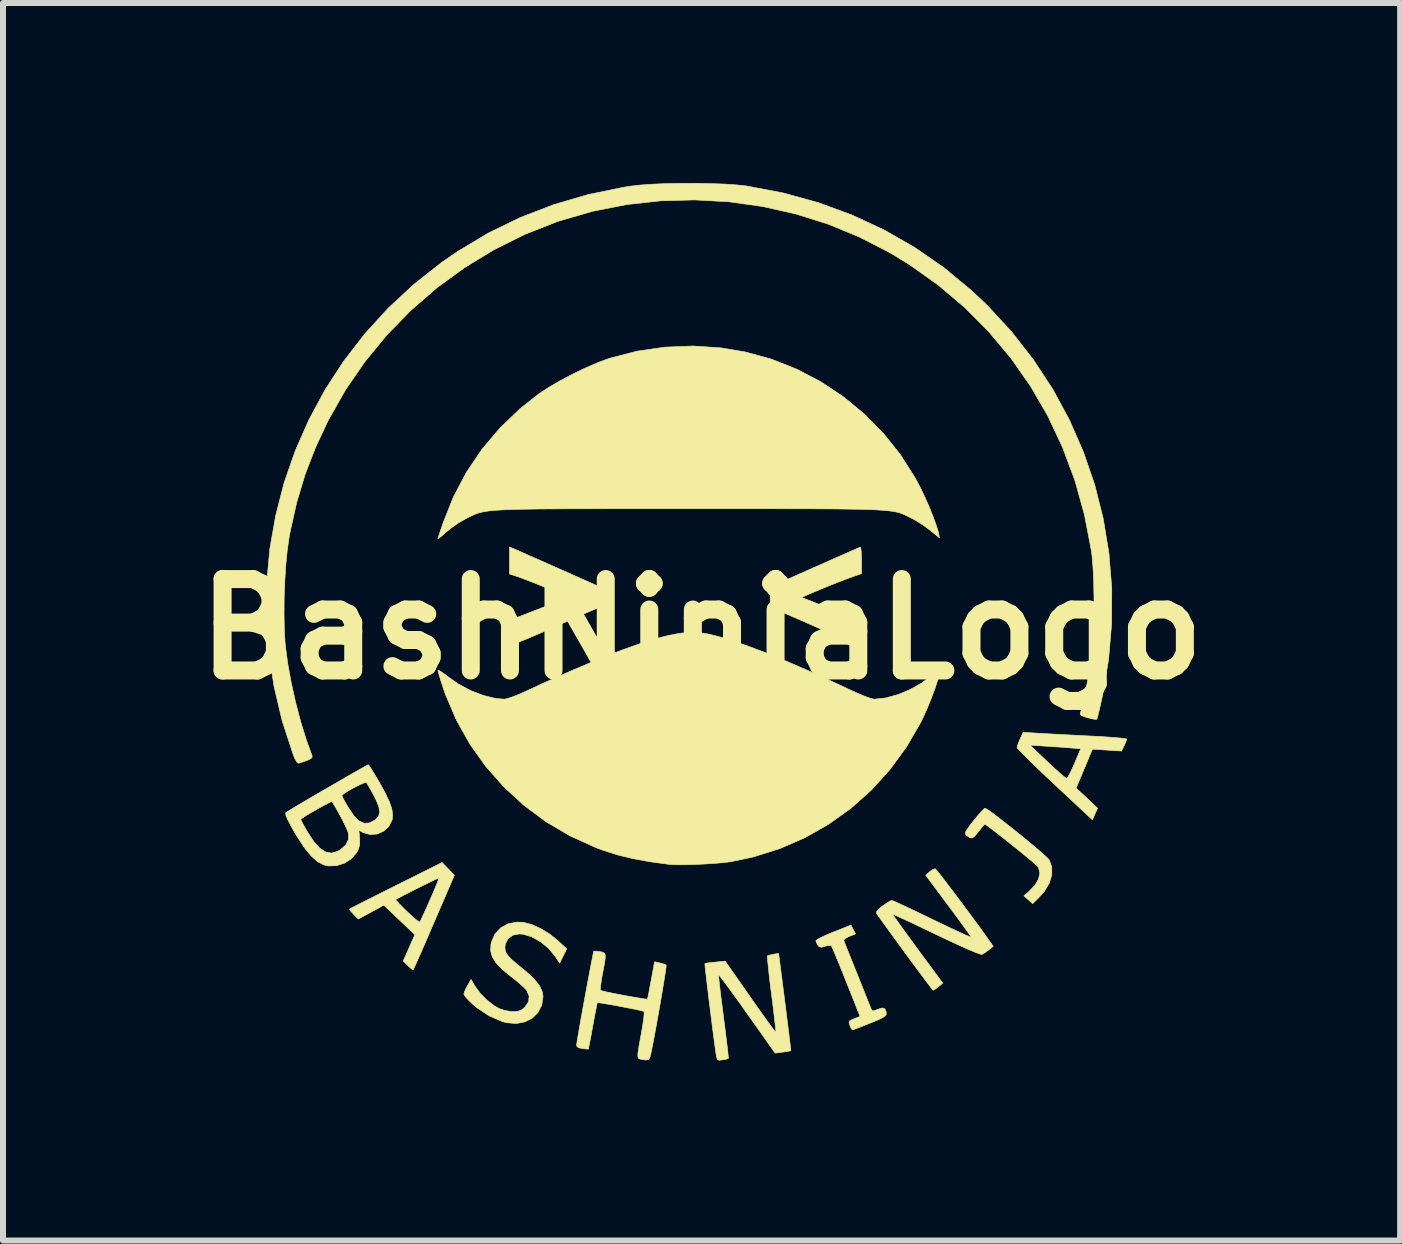
<source format=kicad_pcb>
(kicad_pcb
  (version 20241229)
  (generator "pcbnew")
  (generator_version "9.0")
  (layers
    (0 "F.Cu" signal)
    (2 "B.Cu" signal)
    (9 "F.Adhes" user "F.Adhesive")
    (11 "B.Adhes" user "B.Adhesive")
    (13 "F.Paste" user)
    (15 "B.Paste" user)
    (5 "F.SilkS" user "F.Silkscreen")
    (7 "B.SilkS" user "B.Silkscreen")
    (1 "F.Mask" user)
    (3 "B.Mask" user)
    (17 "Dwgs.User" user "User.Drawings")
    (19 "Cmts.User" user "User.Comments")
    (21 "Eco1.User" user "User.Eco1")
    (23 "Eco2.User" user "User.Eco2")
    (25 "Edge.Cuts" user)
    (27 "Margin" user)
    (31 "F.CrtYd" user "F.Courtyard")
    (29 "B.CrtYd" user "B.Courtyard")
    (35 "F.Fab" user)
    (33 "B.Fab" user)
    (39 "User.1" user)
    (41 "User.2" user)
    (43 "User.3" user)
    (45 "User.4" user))
  (footprint "BashNinjaLogo"
    (layer "F.Cu")
    (at 8.643 7.436)
    (property "Reference" "BashNinjaLogo" (at 0 0 180) (layer "F.SilkS") (effects (font (size 1.524 1.524) (thickness 0.3))))
    (attr through_hole)
    (fp_poly (pts (xy -3.118 -1.334) (xy -3.073 -1.315) (xy -2.99 -1.278) (xy -2.873 -1.226) (xy -2.73 -1.163) (xy -2.569 -1.092) (xy -2.395 -1.014) (xy -2.375 -1.006) (xy -1.714 -0.712) (xy -1.707 -0.538) (xy -1.7 -0.363) (xy -1.783 -0.33) (xy -1.832 -0.309) (xy -1.918 -0.272) (xy -2.034 -0.222) (xy -2.17 -0.161) (xy -2.319 -0.095) (xy -2.349 -0.082) (xy -2.553 0.008) (xy -2.739 0.088) (xy -2.901 0.157) (xy -3.035 0.213) (xy -3.136 0.253) (xy -3.199 0.275) (xy -3.216 0.279) (xy -3.222 0.26) (xy -3.216 0.239) (xy -3.208 0.194) (xy -3.202 0.116) (xy -3.2 0.025) (xy -3.2 -0.148) (xy -3.08 -0.193) (xy -3.013 -0.218) (xy -2.911 -0.258) (xy -2.786 -0.307) (xy -2.649 -0.36) (xy -2.593 -0.382) (xy -2.226 -0.527) (xy -2.306 -0.569) (xy -2.364 -0.596) (xy -2.458 -0.636) (xy -2.576 -0.684) (xy -2.706 -0.737) (xy -2.838 -0.789) (xy -2.958 -0.835) (xy -3.055 -0.871) (xy -3.105 -0.888) (xy -3.2 -0.918) (xy -3.2 -1.369) (xy -3.118 -1.334)) (stroke (width 0.01) (type solid)) (fill yes) (layer "F.SilkS"))
    (fp_poly (pts (xy 2.655 -1.348) (xy 2.662 -1.288) (xy 2.666 -1.2) (xy 2.667 -1.151) (xy 2.667 -0.926) (xy 2.534 -0.879) (xy 2.421 -0.838) (xy 2.28 -0.784) (xy 2.127 -0.723) (xy 1.979 -0.663) (xy 1.852 -0.609) (xy 1.793 -0.584) (xy 1.667 -0.527) (xy 1.894 -0.439) (xy 2.019 -0.391) (xy 2.168 -0.334) (xy 2.318 -0.276) (xy 2.394 -0.247) (xy 2.667 -0.143) (xy 2.667 0.068) (xy 2.666 0.164) (xy 2.664 0.237) (xy 2.662 0.275) (xy 2.661 0.278) (xy 2.636 0.269) (xy 2.576 0.247) (xy 2.502 0.218) (xy 2.434 0.19) (xy 2.329 0.146) (xy 2.195 0.089) (xy 2.043 0.022) (xy 1.879 -0.049) (xy 1.803 -0.083) (xy 1.646 -0.152) (xy 1.501 -0.215) (xy 1.376 -0.269) (xy 1.279 -0.31) (xy 1.217 -0.335) (xy 1.2 -0.341) (xy 1.17 -0.356) (xy 1.152 -0.383) (xy 1.145 -0.435) (xy 1.143 -0.525) (xy 1.143 -0.531) (xy 1.143 -0.702) (xy 1.883 -1.031) (xy 2.065 -1.111) (xy 2.231 -1.185) (xy 2.378 -1.249) (xy 2.497 -1.302) (xy 2.586 -1.341) (xy 2.636 -1.363) (xy 2.645 -1.367) (xy 2.655 -1.348)) (stroke (width 0.01) (type solid)) (fill yes) (layer "F.SilkS"))
    (fp_poly (pts (xy 5.608 1.735) (xy 5.706 1.741) (xy 5.843 1.748) (xy 6.01 1.757) (xy 6.193 1.767) (xy 6.383 1.777) (xy 6.471 1.781) (xy 6.641 1.79) (xy 6.794 1.8) (xy 6.921 1.81) (xy 7.017 1.819) (xy 7.074 1.827) (xy 7.087 1.832) (xy 7.077 1.866) (xy 7.052 1.926) (xy 7.044 1.942) (xy 7.001 2.032) (xy 6.515 2.001) (xy 6.244 2.65) (xy 6.423 2.817) (xy 6.601 2.985) (xy 6.558 3.081) (xy 6.515 3.178) (xy 5.886 2.591) (xy 5.737 2.451) (xy 5.601 2.321) (xy 5.482 2.206) (xy 5.384 2.109) (xy 5.311 2.035) (xy 5.268 1.988) (xy 5.258 1.973) (xy 5.268 1.934) (xy 5.474 1.934) (xy 5.766 2.211) (xy 5.867 2.305) (xy 5.957 2.386) (xy 6.027 2.447) (xy 6.073 2.482) (xy 6.084 2.488) (xy 6.105 2.467) (xy 6.138 2.408) (xy 6.181 2.321) (xy 6.215 2.242) (xy 6.32 1.994) (xy 6.113 1.977) (xy 5.979 1.967) (xy 5.827 1.957) (xy 5.69 1.948) (xy 5.69 1.948) (xy 5.474 1.934) (xy 5.268 1.934) (xy 5.269 1.934) (xy 5.294 1.867) (xy 5.31 1.831) (xy 5.36 1.72) (xy 5.608 1.735)) (stroke (width 0.01) (type solid)) (fill yes) (layer "F.SilkS"))
    (fp_poly (pts (xy 4.755 3) (xy 4.818 3.043) (xy 4.906 3.109) (xy 5.014 3.192) (xy 5.135 3.287) (xy 5.262 3.388) (xy 5.388 3.491) (xy 5.509 3.591) (xy 5.616 3.681) (xy 5.704 3.758) (xy 5.766 3.815) (xy 5.795 3.847) (xy 5.838 3.965) (xy 5.838 4.097) (xy 5.795 4.236) (xy 5.713 4.373) (xy 5.63 4.466) (xy 5.519 4.576) (xy 5.445 4.51) (xy 5.372 4.445) (xy 5.455 4.375) (xy 5.555 4.272) (xy 5.617 4.166) (xy 5.639 4.065) (xy 5.616 3.976) (xy 5.602 3.955) (xy 5.574 3.927) (xy 5.515 3.876) (xy 5.431 3.806) (xy 5.329 3.723) (xy 5.217 3.632) (xy 5.102 3.54) (xy 4.991 3.452) (xy 4.89 3.373) (xy 4.807 3.31) (xy 4.749 3.267) (xy 4.724 3.251) (xy 4.723 3.251) (xy 4.702 3.27) (xy 4.66 3.318) (xy 4.613 3.378) (xy 4.555 3.449) (xy 4.513 3.481) (xy 4.473 3.478) (xy 4.424 3.443) (xy 4.415 3.436) (xy 4.398 3.416) (xy 4.397 3.391) (xy 4.416 3.353) (xy 4.458 3.293) (xy 4.528 3.202) (xy 4.536 3.192) (xy 4.606 3.106) (xy 4.667 3.037) (xy 4.709 2.995) (xy 4.725 2.985) (xy 4.755 3)) (stroke (width 0.01) (type solid)) (fill yes) (layer "F.SilkS"))
    (fp_poly (pts (xy -4.222 3.996) (xy -4.12 4.102) (xy -4.457 4.884) (xy -4.537 5.07) (xy -4.611 5.241) (xy -4.677 5.392) (xy -4.732 5.516) (xy -4.773 5.608) (xy -4.798 5.663) (xy -4.805 5.677) (xy -4.828 5.668) (xy -4.872 5.631) (xy -4.894 5.61) (xy -4.972 5.532) (xy -4.875 5.312) (xy -4.778 5.093) (xy -5.037 4.847) (xy -5.296 4.601) (xy -5.508 4.717) (xy -5.721 4.832) (xy -5.799 4.754) (xy -5.844 4.704) (xy -5.866 4.671) (xy -5.866 4.665) (xy -5.841 4.651) (xy -5.777 4.618) (xy -5.677 4.567) (xy -5.562 4.509) (xy -5.1 4.509) (xy -5.085 4.527) (xy -5.042 4.574) (xy -4.976 4.641) (xy -4.909 4.707) (xy -4.828 4.783) (xy -4.76 4.842) (xy -4.713 4.876) (xy -4.696 4.882) (xy -4.68 4.854) (xy -4.649 4.787) (xy -4.605 4.691) (xy -4.553 4.574) (xy -4.525 4.51) (xy -4.471 4.387) (xy -4.427 4.282) (xy -4.395 4.202) (xy -4.379 4.156) (xy -4.378 4.148) (xy -4.401 4.157) (xy -4.46 4.184) (xy -4.545 4.226) (xy -4.648 4.276) (xy -4.758 4.331) (xy -4.867 4.386) (xy -4.965 4.436) (xy -5.042 4.477) (xy -5.091 4.503) (xy -5.1 4.509) (xy -5.562 4.509) (xy -5.548 4.502) (xy -5.395 4.425) (xy -5.224 4.339) (xy -5.09 4.272) (xy -4.325 3.89) (xy -4.222 3.996)) (stroke (width 0.01) (type solid)) (fill yes) (layer "F.SilkS"))
    (fp_poly (pts (xy 2.567 5.08) (xy 2.463 5.121) (xy 2.403 5.152) (xy 2.372 5.181) (xy 2.371 5.191) (xy 2.383 5.222) (xy 2.411 5.293) (xy 2.453 5.397) (xy 2.505 5.526) (xy 2.564 5.674) (xy 2.591 5.74) (xy 2.653 5.896) (xy 2.71 6.038) (xy 2.758 6.159) (xy 2.795 6.252) (xy 2.818 6.308) (xy 2.822 6.319) (xy 2.839 6.354) (xy 2.863 6.363) (xy 2.911 6.348) (xy 2.938 6.337) (xy 3.012 6.314) (xy 3.055 6.326) (xy 3.076 6.375) (xy 3.079 6.397) (xy 3.078 6.424) (xy 3.061 6.448) (xy 3.022 6.474) (xy 2.952 6.508) (xy 2.844 6.553) (xy 2.808 6.568) (xy 2.698 6.612) (xy 2.606 6.648) (xy 2.542 6.672) (xy 2.515 6.68) (xy 2.497 6.659) (xy 2.473 6.608) (xy 2.473 6.607) (xy 2.458 6.559) (xy 2.469 6.53) (xy 2.514 6.506) (xy 2.544 6.494) (xy 2.642 6.455) (xy 2.594 6.333) (xy 2.477 6.04) (xy 2.379 5.794) (xy 2.299 5.596) (xy 2.237 5.446) (xy 2.194 5.343) (xy 2.168 5.287) (xy 2.162 5.277) (xy 2.128 5.271) (xy 2.068 5.283) (xy 2.058 5.287) (xy 1.998 5.303) (xy 1.962 5.295) (xy 1.939 5.269) (xy 1.912 5.22) (xy 1.905 5.194) (xy 1.927 5.174) (xy 1.988 5.141) (xy 2.078 5.099) (xy 2.189 5.052) (xy 2.198 5.049) (xy 2.49 4.932) (xy 2.567 5.08)) (stroke (width 0.01) (type solid)) (fill yes) (layer "F.SilkS"))
    (fp_poly (pts (xy -2.972 4.887) (xy -2.833 4.923) (xy -2.679 4.992) (xy -2.526 5.086) (xy -2.393 5.194) (xy -2.248 5.329) (xy -2.306 5.448) (xy -2.364 5.568) (xy -2.441 5.452) (xy -2.55 5.32) (xy -2.683 5.211) (xy -2.827 5.13) (xy -2.972 5.086) (xy -3.038 5.081) (xy -3.145 5.101) (xy -3.225 5.16) (xy -3.27 5.249) (xy -3.277 5.307) (xy -3.272 5.356) (xy -3.255 5.401) (xy -3.219 5.451) (xy -3.16 5.511) (xy -3.07 5.589) (xy -2.946 5.689) (xy -2.799 5.821) (xy -2.7 5.944) (xy -2.649 6.06) (xy -2.642 6.124) (xy -2.664 6.269) (xy -2.727 6.391) (xy -2.823 6.485) (xy -2.947 6.547) (xy -3.091 6.574) (xy -3.249 6.56) (xy -3.315 6.543) (xy -3.539 6.447) (xy -3.748 6.308) (xy -3.819 6.247) (xy -3.888 6.18) (xy -3.939 6.123) (xy -3.962 6.087) (xy -3.962 6.083) (xy -3.951 6.043) (xy -3.921 5.978) (xy -3.902 5.945) (xy -3.842 5.839) (xy -3.777 5.95) (xy -3.692 6.066) (xy -3.581 6.179) (xy -3.46 6.275) (xy -3.37 6.326) (xy -3.275 6.357) (xy -3.169 6.374) (xy -3.141 6.375) (xy -3.056 6.369) (xy -2.996 6.345) (xy -2.944 6.301) (xy -2.884 6.212) (xy -2.873 6.118) (xy -2.913 6.024) (xy -2.923 6.01) (xy -2.967 5.965) (xy -3.039 5.901) (xy -3.128 5.828) (xy -3.175 5.791) (xy -3.322 5.671) (xy -3.424 5.564) (xy -3.488 5.463) (xy -3.515 5.362) (xy -3.51 5.254) (xy -3.501 5.214) (xy -3.444 5.082) (xy -3.349 4.98) (xy -3.226 4.912) (xy -3.08 4.883) (xy -2.972 4.887)) (stroke (width 0.01) (type solid)) (fill yes) (layer "F.SilkS"))
    (fp_poly (pts (xy 1.389 6.214) (xy 1.414 6.411) (xy 1.436 6.59) (xy 1.456 6.747) (xy 1.471 6.874) (xy 1.482 6.967) (xy 1.488 7.019) (xy 1.489 7.028) (xy 1.464 7.033) (xy 1.404 7.043) (xy 1.356 7.05) (xy 1.227 7.067) (xy 0.759 6.406) (xy 0.646 6.246) (xy 0.541 6.101) (xy 0.45 5.976) (xy 0.376 5.876) (xy 0.321 5.805) (xy 0.29 5.768) (xy 0.285 5.765) (xy 0.286 5.794) (xy 0.293 5.867) (xy 0.305 5.977) (xy 0.322 6.118) (xy 0.343 6.281) (xy 0.366 6.461) (xy 0.366 6.466) (xy 0.39 6.646) (xy 0.41 6.809) (xy 0.427 6.948) (xy 0.439 7.056) (xy 0.446 7.128) (xy 0.447 7.156) (xy 0.447 7.156) (xy 0.418 7.166) (xy 0.36 7.178) (xy 0.349 7.179) (xy 0.291 7.186) (xy 0.262 7.171) (xy 0.249 7.123) (xy 0.244 7.096) (xy 0.231 7.009) (xy 0.215 6.89) (xy 0.196 6.747) (xy 0.175 6.587) (xy 0.154 6.416) (xy 0.132 6.244) (xy 0.112 6.076) (xy 0.093 5.921) (xy 0.077 5.786) (xy 0.065 5.679) (xy 0.058 5.606) (xy 0.056 5.575) (xy 0.056 5.574) (xy 0.084 5.567) (xy 0.148 5.558) (xy 0.229 5.55) (xy 0.394 5.534) (xy 0.812 6.131) (xy 0.919 6.284) (xy 1.017 6.421) (xy 1.101 6.539) (xy 1.168 6.631) (xy 1.215 6.693) (xy 1.237 6.72) (xy 1.238 6.72) (xy 1.238 6.694) (xy 1.231 6.624) (xy 1.219 6.517) (xy 1.203 6.381) (xy 1.184 6.222) (xy 1.166 6.086) (xy 1.144 5.913) (xy 1.126 5.758) (xy 1.112 5.627) (xy 1.102 5.526) (xy 1.097 5.464) (xy 1.098 5.446) (xy 1.13 5.434) (xy 1.19 5.421) (xy 1.198 5.419) (xy 1.285 5.405) (xy 1.389 6.214)) (stroke (width 0.01) (type solid)) (fill yes) (layer "F.SilkS"))
    (fp_poly (pts (xy 3.895 3.995) (xy 3.916 4.017) (xy 3.962 4.073) (xy 4.029 4.159) (xy 4.112 4.268) (xy 4.208 4.394) (xy 4.311 4.531) (xy 4.417 4.673) (xy 4.522 4.814) (xy 4.621 4.949) (xy 4.709 5.071) (xy 4.782 5.174) (xy 4.793 5.19) (xy 4.861 5.287) (xy 4.786 5.348) (xy 4.726 5.392) (xy 4.676 5.421) (xy 4.671 5.423) (xy 4.638 5.415) (xy 4.565 5.388) (xy 4.458 5.343) (xy 4.32 5.282) (xy 4.159 5.208) (xy 3.979 5.123) (xy 3.913 5.091) (xy 3.737 5.007) (xy 3.576 4.93) (xy 3.436 4.864) (xy 3.322 4.812) (xy 3.24 4.775) (xy 3.195 4.756) (xy 3.189 4.754) (xy 3.201 4.776) (xy 3.24 4.833) (xy 3.302 4.921) (xy 3.383 5.033) (xy 3.479 5.165) (xy 3.587 5.312) (xy 3.601 5.332) (xy 4.021 5.901) (xy 3.947 5.96) (xy 3.896 5.999) (xy 3.864 6.018) (xy 3.861 6.019) (xy 3.843 5.999) (xy 3.799 5.943) (xy 3.733 5.856) (xy 3.649 5.742) (xy 3.549 5.608) (xy 3.438 5.458) (xy 3.391 5.393) (xy 3.276 5.236) (xy 3.171 5.091) (xy 3.078 4.964) (xy 3.003 4.86) (xy 2.948 4.784) (xy 2.919 4.742) (xy 2.915 4.736) (xy 2.923 4.7) (xy 2.977 4.646) (xy 3.02 4.612) (xy 3.09 4.564) (xy 3.145 4.531) (xy 3.17 4.521) (xy 3.199 4.532) (xy 3.267 4.562) (xy 3.369 4.609) (xy 3.499 4.67) (xy 3.65 4.742) (xy 3.816 4.822) (xy 3.846 4.837) (xy 4.013 4.917) (xy 4.164 4.989) (xy 4.293 5.049) (xy 4.395 5.096) (xy 4.464 5.125) (xy 4.494 5.136) (xy 4.495 5.135) (xy 4.48 5.111) (xy 4.439 5.052) (xy 4.375 4.963) (xy 4.294 4.851) (xy 4.198 4.721) (xy 4.115 4.61) (xy 3.737 4.102) (xy 3.802 4.044) (xy 3.853 4.007) (xy 3.892 3.994) (xy 3.895 3.995)) (stroke (width 0.01) (type solid)) (fill yes) (layer "F.SilkS"))
    (fp_poly (pts (xy -0.038 0.058) (xy 0.081 0.075) (xy 0.282 0.123) (xy 0.524 0.196) (xy 0.802 0.293) (xy 1.114 0.412) (xy 1.457 0.553) (xy 1.826 0.713) (xy 2.22 0.893) (xy 2.448 1) (xy 2.586 1.063) (xy 2.708 1.115) (xy 2.806 1.15) (xy 2.87 1.167) (xy 2.88 1.168) (xy 3.07 1.147) (xy 3.275 1.091) (xy 3.48 1.006) (xy 3.672 0.897) (xy 3.835 0.771) (xy 3.838 0.768) (xy 3.994 0.623) (xy 3.975 0.712) (xy 3.942 0.834) (xy 3.892 0.986) (xy 3.829 1.154) (xy 3.76 1.324) (xy 3.69 1.48) (xy 3.654 1.554) (xy 3.417 1.962) (xy 3.142 2.338) (xy 2.833 2.68) (xy 2.492 2.984) (xy 2.121 3.25) (xy 1.724 3.476) (xy 1.303 3.659) (xy 0.861 3.798) (xy 0.485 3.877) (xy 0.376 3.891) (xy 0.236 3.903) (xy 0.077 3.914) (xy -0.089 3.922) (xy -0.248 3.927) (xy -0.388 3.928) (xy -0.496 3.925) (xy -0.533 3.922) (xy -0.854 3.878) (xy -1.136 3.827) (xy -1.39 3.766) (xy -1.626 3.692) (xy -1.765 3.641) (xy -2.19 3.447) (xy -2.589 3.213) (xy -2.958 2.939) (xy -3.294 2.63) (xy -3.596 2.289) (xy -3.861 1.917) (xy -4.085 1.518) (xy -4.266 1.095) (xy -4.305 0.984) (xy -4.341 0.873) (xy -4.37 0.779) (xy -4.389 0.713) (xy -4.394 0.688) (xy -4.376 0.689) (xy -4.329 0.717) (xy -4.261 0.767) (xy -4.235 0.787) (xy -4.051 0.917) (xy -3.847 1.025) (xy -3.636 1.106) (xy -3.431 1.155) (xy -3.286 1.168) (xy -3.233 1.157) (xy -3.145 1.127) (xy -3.032 1.082) (xy -2.903 1.024) (xy -2.88 1.014) (xy -2.653 0.908) (xy -2.405 0.797) (xy -2.148 0.685) (xy -1.894 0.577) (xy -1.653 0.477) (xy -1.439 0.392) (xy -1.311 0.343) (xy -1.022 0.241) (xy -0.771 0.161) (xy -0.552 0.105) (xy -0.361 0.069) (xy -0.192 0.054) (xy -0.038 0.058)) (stroke (width 0.01) (type solid)) (fill yes) (layer "F.SilkS"))
    (fp_poly (pts (xy 0.316 -4.689) (xy 0.724 -4.621) (xy 1.162 -4.501) (xy 1.584 -4.334) (xy 1.986 -4.124) (xy 2.364 -3.873) (xy 2.713 -3.585) (xy 3.032 -3.262) (xy 3.315 -2.907) (xy 3.559 -2.523) (xy 3.651 -2.351) (xy 3.72 -2.205) (xy 3.789 -2.05) (xy 3.851 -1.897) (xy 3.903 -1.758) (xy 3.939 -1.646) (xy 3.949 -1.605) (xy 3.967 -1.52) (xy 3.806 -1.651) (xy 3.704 -1.726) (xy 3.591 -1.799) (xy 3.492 -1.854) (xy 3.491 -1.855) (xy 3.446 -1.876) (xy 3.406 -1.896) (xy 3.368 -1.913) (xy 3.328 -1.929) (xy 3.285 -1.943) (xy 3.235 -1.955) (xy 3.175 -1.965) (xy 3.104 -1.974) (xy 3.017 -1.981) (xy 2.913 -1.988) (xy 2.788 -1.993) (xy 2.641 -1.997) (xy 2.467 -2) (xy 2.265 -2.003) (xy 2.031 -2.004) (xy 1.763 -2.006) (xy 1.458 -2.006) (xy 1.114 -2.007) (xy 0.727 -2.007) (xy 0.294 -2.007) (xy -0.186 -2.007) (xy -0.203 -2.007) (xy -0.686 -2.007) (xy -1.12 -2.007) (xy -1.509 -2.007) (xy -1.856 -2.006) (xy -2.163 -2.006) (xy -2.433 -2.004) (xy -2.668 -2.003) (xy -2.872 -2) (xy -3.048 -1.997) (xy -3.197 -1.993) (xy -3.323 -1.987) (xy -3.429 -1.981) (xy -3.517 -1.973) (xy -3.59 -1.963) (xy -3.651 -1.952) (xy -3.703 -1.94) (xy -3.748 -1.925) (xy -3.789 -1.909) (xy -3.829 -1.89) (xy -3.87 -1.87) (xy -3.916 -1.847) (xy -3.924 -1.843) (xy -4.039 -1.778) (xy -4.159 -1.696) (xy -4.248 -1.625) (xy -4.317 -1.565) (xy -4.368 -1.522) (xy -4.393 -1.504) (xy -4.394 -1.504) (xy -4.387 -1.531) (xy -4.366 -1.595) (xy -4.336 -1.687) (xy -4.308 -1.77) (xy -4.135 -2.204) (xy -3.918 -2.615) (xy -3.659 -2.999) (xy -3.358 -3.354) (xy -3.019 -3.679) (xy -2.705 -3.926) (xy -2.545 -4.031) (xy -2.351 -4.143) (xy -2.139 -4.255) (xy -1.921 -4.359) (xy -1.715 -4.448) (xy -1.533 -4.514) (xy -1.524 -4.517) (xy -1.074 -4.633) (xy -0.613 -4.7) (xy -0.148 -4.719) (xy 0.316 -4.689)) (stroke (width 0.01) (type solid)) (fill yes) (layer "F.SilkS"))
    (fp_poly (pts (xy -1.71 5.374) (xy -1.694 5.376) (xy -1.65 5.384) (xy -1.621 5.398) (xy -1.606 5.425) (xy -1.604 5.473) (xy -1.614 5.55) (xy -1.635 5.665) (xy -1.651 5.745) (xy -1.67 5.854) (xy -1.682 5.944) (xy -1.686 6.004) (xy -1.682 6.022) (xy -1.653 6.031) (xy -1.585 6.047) (xy -1.489 6.067) (xy -1.376 6.089) (xy -1.255 6.112) (xy -1.137 6.133) (xy -1.033 6.15) (xy -0.953 6.163) (xy -0.908 6.168) (xy -0.902 6.167) (xy -0.895 6.14) (xy -0.881 6.074) (xy -0.863 5.977) (xy -0.841 5.86) (xy -0.839 5.852) (xy -0.783 5.544) (xy -0.694 5.564) (xy -0.631 5.581) (xy -0.592 5.597) (xy -0.59 5.599) (xy -0.591 5.626) (xy -0.6 5.696) (xy -0.616 5.802) (xy -0.638 5.936) (xy -0.664 6.092) (xy -0.693 6.261) (xy -0.724 6.438) (xy -0.756 6.615) (xy -0.787 6.784) (xy -0.817 6.939) (xy -0.843 7.068) (xy -0.861 7.141) (xy -0.887 7.176) (xy -0.934 7.182) (xy -1.01 7.17) (xy -1.036 7.164) (xy -1.053 7.151) (xy -1.061 7.125) (xy -1.061 7.077) (xy -1.051 7.002) (xy -1.032 6.892) (xy -1.004 6.74) (xy -1.003 6.732) (xy -0.981 6.607) (xy -0.965 6.499) (xy -0.957 6.42) (xy -0.957 6.378) (xy -0.959 6.374) (xy -0.988 6.364) (xy -1.056 6.348) (xy -1.152 6.328) (xy -1.265 6.306) (xy -1.386 6.283) (xy -1.503 6.261) (xy -1.607 6.244) (xy -1.687 6.231) (xy -1.731 6.227) (xy -1.738 6.228) (xy -1.744 6.254) (xy -1.757 6.322) (xy -1.777 6.422) (xy -1.8 6.545) (xy -1.813 6.616) (xy -1.837 6.748) (xy -1.858 6.86) (xy -1.875 6.945) (xy -1.885 6.992) (xy -1.887 7) (xy -1.913 6.999) (xy -1.971 6.993) (xy -1.988 6.991) (xy -2.054 6.976) (xy -2.08 6.949) (xy -2.083 6.931) (xy -2.078 6.896) (xy -2.066 6.82) (xy -2.047 6.71) (xy -2.023 6.573) (xy -1.995 6.417) (xy -1.965 6.25) (xy -1.933 6.078) (xy -1.902 5.91) (xy -1.872 5.752) (xy -1.846 5.612) (xy -1.823 5.497) (xy -1.807 5.414) (xy -1.797 5.372) (xy -1.795 5.368) (xy -1.768 5.367) (xy -1.71 5.374)) (stroke (width 0.01) (type solid)) (fill yes) (layer "F.SilkS"))
    (fp_poly (pts (xy -5.537 2.281) (xy -5.5 2.338) (xy -5.448 2.423) (xy -5.386 2.527) (xy -5.369 2.556) (xy -5.271 2.734) (xy -5.203 2.878) (xy -5.162 2.996) (xy -5.148 3.093) (xy -5.156 3.176) (xy -5.158 3.182) (xy -5.212 3.289) (xy -5.299 3.368) (xy -5.407 3.415) (xy -5.525 3.424) (xy -5.638 3.391) (xy -5.711 3.353) (xy -5.699 3.486) (xy -5.697 3.583) (xy -5.715 3.658) (xy -5.746 3.721) (xy -5.833 3.824) (xy -5.951 3.9) (xy -6.086 3.943) (xy -6.223 3.947) (xy -6.295 3.931) (xy -6.399 3.877) (xy -6.507 3.78) (xy -6.622 3.639) (xy -6.745 3.451) (xy -6.78 3.391) (xy -6.853 3.261) (xy -6.899 3.172) (xy -6.68 3.172) (xy -6.668 3.2) (xy -6.636 3.261) (xy -6.59 3.343) (xy -6.568 3.381) (xy -6.463 3.541) (xy -6.363 3.652) (xy -6.265 3.715) (xy -6.167 3.733) (xy -6.067 3.705) (xy -6.017 3.676) (xy -5.926 3.594) (xy -5.884 3.504) (xy -5.888 3.398) (xy -5.891 3.385) (xy -5.912 3.332) (xy -5.951 3.249) (xy -6.002 3.149) (xy -6.056 3.048) (xy -6.107 2.958) (xy -6.147 2.893) (xy -6.161 2.874) (xy -6.185 2.882) (xy -6.242 2.91) (xy -6.321 2.952) (xy -6.411 3.003) (xy -6.503 3.056) (xy -6.585 3.105) (xy -6.647 3.145) (xy -6.678 3.169) (xy -6.68 3.172) (xy -6.899 3.172) (xy -6.901 3.168) (xy -6.927 3.106) (xy -6.932 3.07) (xy -6.926 3.058) (xy -6.898 3.039) (xy -6.833 2.999) (xy -6.738 2.942) (xy -6.62 2.872) (xy -6.484 2.792) (xy -6.454 2.775) (xy -5.994 2.775) (xy -5.982 2.804) (xy -5.95 2.865) (xy -5.903 2.946) (xy -5.886 2.975) (xy -5.796 3.11) (xy -5.71 3.196) (xy -5.625 3.236) (xy -5.538 3.231) (xy -5.444 3.183) (xy -5.436 3.178) (xy -5.383 3.122) (xy -5.364 3.051) (xy -5.379 2.959) (xy -5.428 2.839) (xy -5.461 2.774) (xy -5.511 2.683) (xy -5.553 2.609) (xy -5.581 2.564) (xy -5.587 2.557) (xy -5.615 2.56) (xy -5.674 2.584) (xy -5.752 2.621) (xy -5.835 2.665) (xy -5.911 2.709) (xy -5.968 2.747) (xy -5.994 2.773) (xy -5.994 2.775) (xy -6.454 2.775) (xy -6.337 2.706) (xy -6.186 2.619) (xy -6.037 2.533) (xy -5.898 2.452) (xy -5.773 2.381) (xy -5.671 2.323) (xy -5.597 2.282) (xy -5.558 2.262) (xy -5.554 2.261) (xy -5.537 2.281)) (stroke (width 0.01) (type solid)) (fill yes) (layer "F.SilkS"))
    (fp_poly (pts (xy 0.156 -7.426) (xy 0.385 -7.418) (xy 0.587 -7.404) (xy 0.749 -7.386) (xy 0.756 -7.385) (xy 1.361 -7.27) (xy 1.945 -7.109) (xy 2.506 -6.903) (xy 3.043 -6.654) (xy 3.554 -6.361) (xy 4.039 -6.025) (xy 4.497 -5.646) (xy 4.761 -5.397) (xy 5.169 -4.955) (xy 5.534 -4.487) (xy 5.856 -3.996) (xy 6.133 -3.483) (xy 6.366 -2.951) (xy 6.554 -2.403) (xy 6.695 -1.841) (xy 6.79 -1.267) (xy 6.837 -0.684) (xy 6.835 -0.094) (xy 6.785 0.501) (xy 6.685 1.097) (xy 6.664 1.194) (xy 6.638 1.309) (xy 6.615 1.406) (xy 6.598 1.474) (xy 6.589 1.502) (xy 6.562 1.504) (xy 6.5 1.494) (xy 6.438 1.478) (xy 6.357 1.452) (xy 6.317 1.429) (xy 6.311 1.403) (xy 6.313 1.399) (xy 6.331 1.34) (xy 6.355 1.243) (xy 6.383 1.116) (xy 6.413 0.972) (xy 6.443 0.822) (xy 6.47 0.675) (xy 6.493 0.543) (xy 6.494 0.533) (xy 6.513 0.369) (xy 6.528 0.166) (xy 6.537 -0.064) (xy 6.542 -0.31) (xy 6.541 -0.559) (xy 6.536 -0.801) (xy 6.525 -1.023) (xy 6.509 -1.214) (xy 6.496 -1.314) (xy 6.382 -1.907) (xy 6.223 -2.478) (xy 6.019 -3.026) (xy 5.773 -3.55) (xy 5.485 -4.047) (xy 5.157 -4.516) (xy 4.789 -4.955) (xy 4.384 -5.363) (xy 3.942 -5.737) (xy 3.464 -6.076) (xy 3.145 -6.271) (xy 2.639 -6.532) (xy 2.114 -6.749) (xy 1.573 -6.919) (xy 1.018 -7.044) (xy 0.456 -7.123) (xy -0.112 -7.154) (xy -0.681 -7.139) (xy -1.248 -7.076) (xy -1.809 -6.966) (xy -2.36 -6.807) (xy -2.413 -6.789) (xy -2.949 -6.578) (xy -3.463 -6.322) (xy -3.952 -6.024) (xy -4.414 -5.687) (xy -4.846 -5.312) (xy -5.246 -4.902) (xy -5.609 -4.46) (xy -5.934 -3.988) (xy -6.217 -3.489) (xy -6.225 -3.474) (xy -6.437 -3.021) (xy -6.609 -2.574) (xy -6.747 -2.114) (xy -6.856 -1.629) (xy -6.875 -1.524) (xy -6.905 -1.314) (xy -6.929 -1.068) (xy -6.946 -0.799) (xy -6.957 -0.52) (xy -6.959 -0.246) (xy -6.954 0.01) (xy -6.941 0.234) (xy -6.936 0.286) (xy -6.896 0.581) (xy -6.838 0.898) (xy -6.765 1.224) (xy -6.681 1.544) (xy -6.589 1.842) (xy -6.493 2.105) (xy -6.491 2.111) (xy -6.493 2.142) (xy -6.533 2.171) (xy -6.585 2.193) (xy -6.657 2.218) (xy -6.711 2.233) (xy -6.724 2.235) (xy -6.748 2.213) (xy -6.779 2.157) (xy -6.802 2.102) (xy -6.989 1.532) (xy -7.125 0.957) (xy -7.214 0.38) (xy -7.254 -0.196) (xy -7.248 -0.768) (xy -7.196 -1.335) (xy -7.098 -1.893) (xy -6.957 -2.441) (xy -6.771 -2.974) (xy -6.543 -3.492) (xy -6.274 -3.991) (xy -5.963 -4.468) (xy -5.612 -4.922) (xy -5.222 -5.35) (xy -4.793 -5.748) (xy -4.327 -6.115) (xy -4.059 -6.299) (xy -3.553 -6.602) (xy -3.022 -6.86) (xy -2.468 -7.074) (xy -1.892 -7.243) (xy -1.298 -7.365) (xy -1.181 -7.384) (xy -1.018 -7.402) (xy -0.817 -7.416) (xy -0.587 -7.426) (xy -0.341 -7.43) (xy -0.09 -7.431) (xy 0.156 -7.426)) (stroke (width 0.01) (type solid)) (fill yes) (layer "F.SilkS")))
  (gr_rect
    (start -3 -3)
    (end 20.287 17.627)
    (stroke (width 0.1) (type default))
    (fill no)
    (layer "Edge.Cuts")))
</source>
